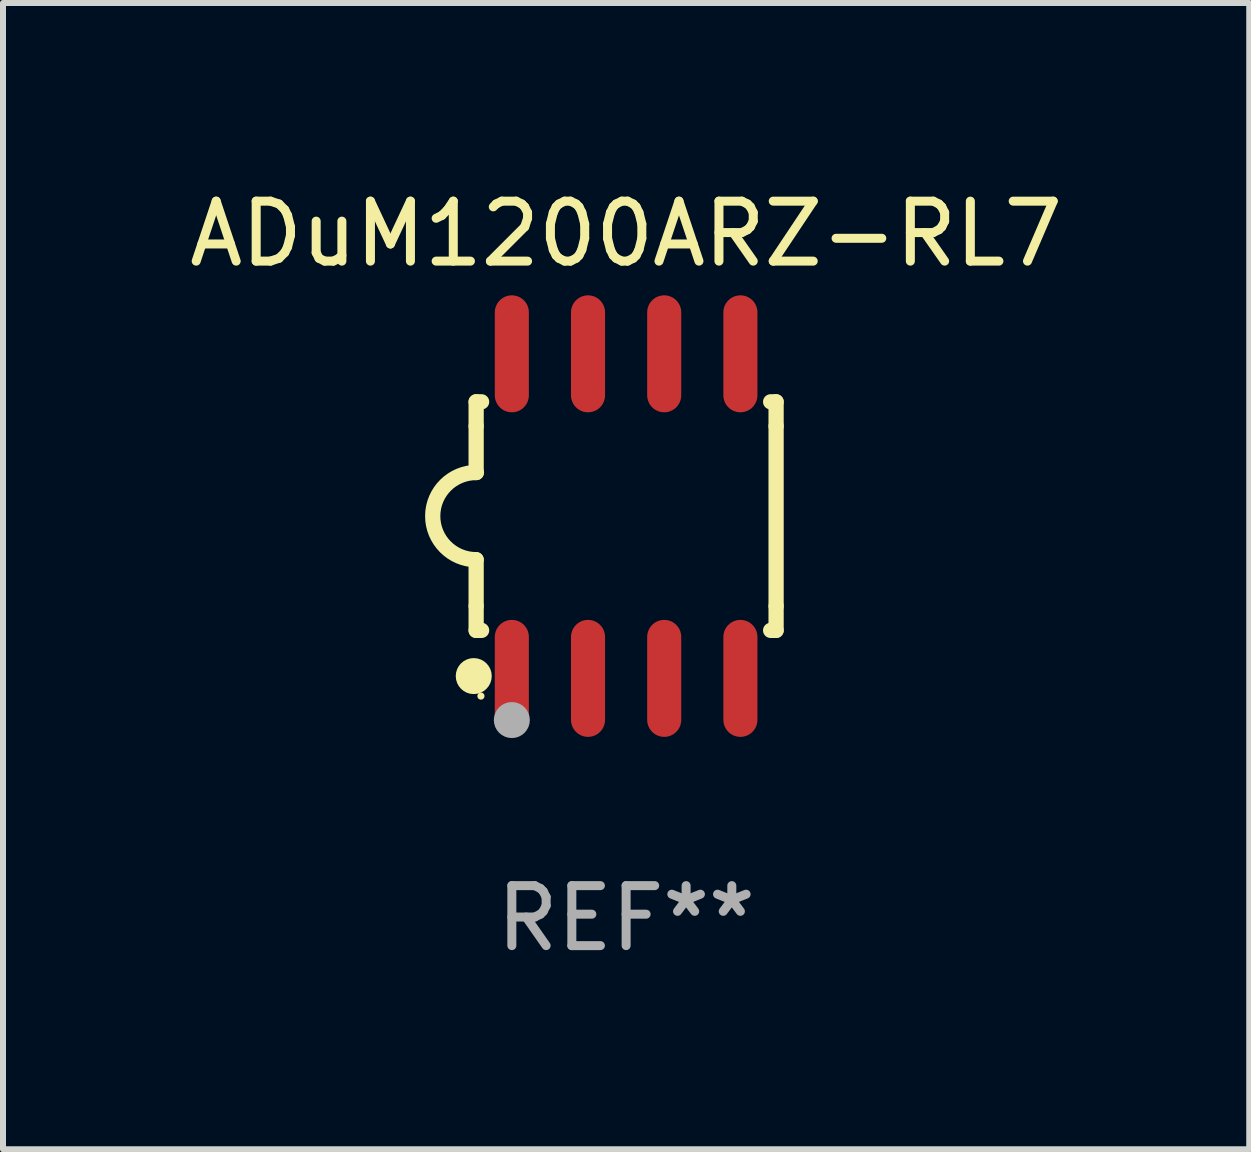
<source format=kicad_pcb>
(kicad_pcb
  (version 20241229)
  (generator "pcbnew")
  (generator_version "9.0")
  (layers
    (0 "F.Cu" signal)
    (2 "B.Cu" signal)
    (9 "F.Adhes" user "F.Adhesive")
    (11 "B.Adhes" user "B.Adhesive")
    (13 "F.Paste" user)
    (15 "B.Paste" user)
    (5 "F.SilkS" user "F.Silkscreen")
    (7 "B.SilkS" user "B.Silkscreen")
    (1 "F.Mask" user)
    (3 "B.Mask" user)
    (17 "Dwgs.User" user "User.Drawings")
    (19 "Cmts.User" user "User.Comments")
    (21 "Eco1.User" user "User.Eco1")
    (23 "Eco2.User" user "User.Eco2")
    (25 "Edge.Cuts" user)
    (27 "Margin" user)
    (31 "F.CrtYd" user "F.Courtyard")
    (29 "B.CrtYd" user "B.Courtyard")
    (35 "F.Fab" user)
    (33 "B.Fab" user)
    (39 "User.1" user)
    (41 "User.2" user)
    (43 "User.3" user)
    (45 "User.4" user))
  (footprint "ADuM1200ARZ-RL7"
    (layer "F.Cu")
    (at 7.387 5.553)
    (property "Reference" "ADuM1200ARZ-RL7" (at 0 -4.705 0) (layer "F.SilkS") (effects (font (size 1 1) (thickness 0.15))))
    (attr through_hole)
    (fp_line (start -2.5 -1.905) (end -2.409 -1.905) (stroke (width 0.254) (type solid)) (layer "F.SilkS"))
    (fp_line (start -2.5 -1.5) (end -2.5 -1.905) (stroke (width 0.254) (type solid)) (layer "F.SilkS"))
    (fp_line (start -2.5 -1.5) (end -2.5 -0.726) (stroke (width 0.254) (type solid)) (layer "F.SilkS"))
    (fp_line (start -2.5 1.5) (end -2.5 0.727) (stroke (width 0.254) (type solid)) (layer "F.SilkS"))
    (fp_line (start -2.5 1.5) (end -2.5 1.905) (stroke (width 0.254) (type solid)) (layer "F.SilkS"))
    (fp_line (start -2.5 1.905) (end -2.409 1.905) (stroke (width 0.254) (type solid)) (layer "F.SilkS"))
    (fp_line (start 2.5 -1.905) (end 2.409 -1.905) (stroke (width 0.254) (type solid)) (layer "F.SilkS"))
    (fp_line (start 2.5 -1.5) (end 2.5 -1.905) (stroke (width 0.254) (type solid)) (layer "F.SilkS"))
    (fp_line (start 2.5 -1.5) (end 2.5 1.5) (stroke (width 0.254) (type solid)) (layer "F.SilkS"))
    (fp_line (start 2.5 1.5) (end 2.5 1.905) (stroke (width 0.254) (type solid)) (layer "F.SilkS"))
    (fp_line (start 2.5 1.905) (end 2.409 1.905) (stroke (width 0.254) (type solid)) (layer "F.SilkS"))
    (fp_arc (start -2.5 0.726568) (mid -3.220316 -0.0023) (end -2.495097 -0.726289) (stroke (width 0.254001) (type solid)) (layer "F.SilkS"))
    (fp_circle (center -2.54 2.667) (end -2.39 2.667) (stroke (width 0.3) (type solid)) (fill no) (layer "F.SilkS"))
    (fp_circle (center -2.42 3) (end -2.39 3) (stroke (width 0.06) (type solid)) (fill no) (layer "F.SilkS"))
    (fp_circle (center -1.905 3.4) (end -1.755 3.4) (stroke (width 0.3) (type solid)) (fill no) (layer "F.Fab"))
    (fp_text user "REF**" (at 0 6.705 0) (layer "F.Fab") (effects (font (size 1 1) (thickness 0.15))))
    (pad "1" smd oval (at -1.905 2.705) (size 0.568 1.95) (layers "F.Cu" "F.Mask" "F.Paste"))
    (pad "2" smd oval (at -0.635 2.705) (size 0.568 1.95) (layers "F.Cu" "F.Mask" "F.Paste"))
    (pad "3" smd oval (at 0.635 2.705) (size 0.568 1.95) (layers "F.Cu" "F.Mask" "F.Paste"))
    (pad "4" smd oval (at 1.905 2.705) (size 0.568 1.95) (layers "F.Cu" "F.Mask" "F.Paste"))
    (pad "5" smd oval (at 1.905 -2.705) (size 0.568 1.95) (layers "F.Cu" "F.Mask" "F.Paste"))
    (pad "6" smd oval (at 0.635 -2.705) (size 0.568 1.95) (layers "F.Cu" "F.Mask" "F.Paste"))
    (pad "7" smd oval (at -0.635 -2.705) (size 0.568 1.95) (layers "F.Cu" "F.Mask" "F.Paste"))
    (pad "8" smd oval (at -1.905 -2.705) (size 0.568 1.95) (layers "F.Cu" "F.Mask" "F.Paste")))
  (gr_rect
    (start -3 -3)
    (end 17.774 16.107)
    (stroke (width 0.1) (type default))
    (fill no)
    (layer "Edge.Cuts")))
</source>
